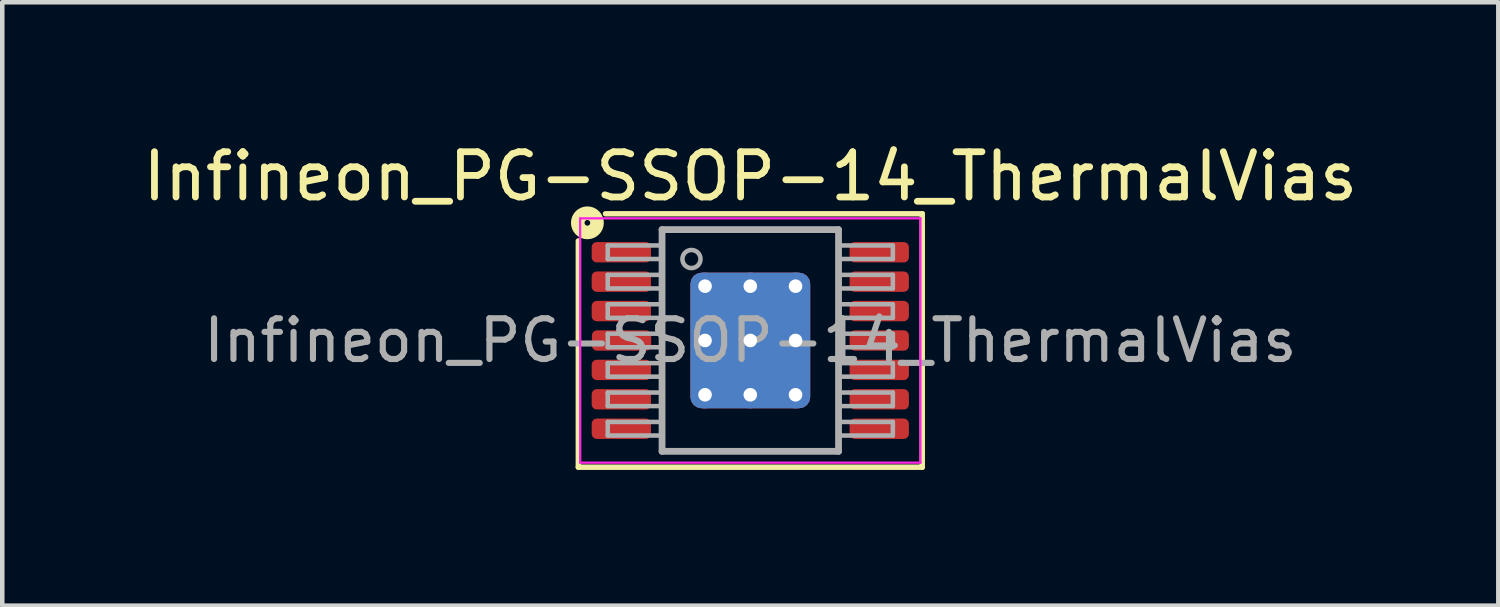
<source format=kicad_pcb>
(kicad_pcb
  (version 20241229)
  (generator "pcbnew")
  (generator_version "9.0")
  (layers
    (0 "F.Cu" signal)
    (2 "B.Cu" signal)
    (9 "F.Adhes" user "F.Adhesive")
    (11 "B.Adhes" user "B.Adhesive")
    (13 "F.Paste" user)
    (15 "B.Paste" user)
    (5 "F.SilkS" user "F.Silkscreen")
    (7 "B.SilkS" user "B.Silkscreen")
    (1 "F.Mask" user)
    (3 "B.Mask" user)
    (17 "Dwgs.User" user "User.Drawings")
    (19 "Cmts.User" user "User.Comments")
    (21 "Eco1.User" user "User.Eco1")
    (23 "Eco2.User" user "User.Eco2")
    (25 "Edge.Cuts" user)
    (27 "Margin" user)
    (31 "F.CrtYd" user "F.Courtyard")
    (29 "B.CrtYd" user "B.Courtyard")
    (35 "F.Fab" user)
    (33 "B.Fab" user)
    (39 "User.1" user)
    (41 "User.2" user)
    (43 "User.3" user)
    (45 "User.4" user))
  (footprint "Infineon_PG-SSOP-14_ThermalVias"
    (layer "F.Cu")
    (at 13.53 4.474)
    (property "Reference" "Infineon_PG-SSOP-14_ThermalVias" (at 0 -3.626 0) (layer "F.SilkS") (effects (font (size 1 1) (thickness 0.15))))
    (attr smd)
    (fp_line (start -3.8 2.8) (end -3.8 -2.2) (stroke (width 0.12) (type solid)) (layer "F.SilkS"))
    (fp_line (start -3.2 -2.8) (end 3.8 -2.8) (stroke (width 0.12) (type solid)) (layer "F.SilkS"))
    (fp_line (start 3.8 -2.8) (end 3.8 2.8) (stroke (width 0.12) (type solid)) (layer "F.SilkS"))
    (fp_line (start 3.8 2.8) (end -3.8 2.8) (stroke (width 0.12) (type solid)) (layer "F.SilkS"))
    (fp_circle (center -3.6 -2.6) (end -3.537 -2.6) (stroke (width 0.3) (type solid)) (fill no) (layer "F.SilkS"))
    (fp_line (start -3.76 -2.7) (end -3.76 2.7) (stroke (width 0.05) (type solid)) (layer "F.CrtYd"))
    (fp_line (start -3.76 -2.7) (end 3.76 -2.7) (stroke (width 0.05) (type solid)) (layer "F.CrtYd"))
    (fp_line (start -3.76 2.7) (end 3.76 2.7) (stroke (width 0.05) (type solid)) (layer "F.CrtYd"))
    (fp_line (start 3.76 -2.7) (end 3.76 2.7) (stroke (width 0.05) (type solid)) (layer "F.CrtYd"))
    (fp_line (start -3.15 -2.1) (end -3.15 -1.8) (stroke (width 0.1) (type solid)) (layer "F.Fab"))
    (fp_line (start -3.15 -2.1) (end -1.95 -2.1) (stroke (width 0.1) (type solid)) (layer "F.Fab"))
    (fp_line (start -3.15 -1.8) (end -1.95 -1.8) (stroke (width 0.1) (type solid)) (layer "F.Fab"))
    (fp_line (start -3.15 -1.45) (end -3.15 -1.15) (stroke (width 0.1) (type solid)) (layer "F.Fab"))
    (fp_line (start -3.15 -1.45) (end -1.95 -1.45) (stroke (width 0.1) (type solid)) (layer "F.Fab"))
    (fp_line (start -3.15 -1.15) (end -1.95 -1.15) (stroke (width 0.1) (type solid)) (layer "F.Fab"))
    (fp_line (start -3.15 -0.8) (end -3.15 -0.5) (stroke (width 0.1) (type solid)) (layer "F.Fab"))
    (fp_line (start -3.15 -0.8) (end -1.95 -0.8) (stroke (width 0.1) (type solid)) (layer "F.Fab"))
    (fp_line (start -3.15 -0.5) (end -1.95 -0.5) (stroke (width 0.1) (type solid)) (layer "F.Fab"))
    (fp_line (start -3.15 -0.15) (end -3.15 0.15) (stroke (width 0.1) (type solid)) (layer "F.Fab"))
    (fp_line (start -3.15 -0.15) (end -1.95 -0.15) (stroke (width 0.1) (type solid)) (layer "F.Fab"))
    (fp_line (start -3.15 0.15) (end -1.95 0.15) (stroke (width 0.1) (type solid)) (layer "F.Fab"))
    (fp_line (start -3.15 0.5) (end -3.15 0.8) (stroke (width 0.1) (type solid)) (layer "F.Fab"))
    (fp_line (start -3.15 0.5) (end -1.95 0.5) (stroke (width 0.1) (type solid)) (layer "F.Fab"))
    (fp_line (start -3.15 0.8) (end -1.95 0.8) (stroke (width 0.1) (type solid)) (layer "F.Fab"))
    (fp_line (start -3.15 1.15) (end -3.15 1.45) (stroke (width 0.1) (type solid)) (layer "F.Fab"))
    (fp_line (start -3.15 1.15) (end -1.95 1.15) (stroke (width 0.1) (type solid)) (layer "F.Fab"))
    (fp_line (start -3.15 1.45) (end -1.95 1.45) (stroke (width 0.1) (type solid)) (layer "F.Fab"))
    (fp_line (start -3.15 1.8) (end -3.15 2.1) (stroke (width 0.1) (type solid)) (layer "F.Fab"))
    (fp_line (start -3.15 1.8) (end -1.95 1.8) (stroke (width 0.1) (type solid)) (layer "F.Fab"))
    (fp_line (start -3.15 2.1) (end -1.95 2.1) (stroke (width 0.1) (type solid)) (layer "F.Fab"))
    (fp_line (start -1.95 -2.45) (end 1.95 -2.45) (stroke (width 0.15) (type solid)) (layer "F.Fab"))
    (fp_line (start -1.95 2.45) (end -1.95 -2.45) (stroke (width 0.15) (type solid)) (layer "F.Fab"))
    (fp_line (start 1.95 -2.45) (end 1.95 2.45) (stroke (width 0.15) (type solid)) (layer "F.Fab"))
    (fp_line (start 1.95 2.45) (end -1.95 2.45) (stroke (width 0.15) (type solid)) (layer "F.Fab"))
    (fp_line (start 3.15 -2.1) (end 1.95 -2.1) (stroke (width 0.1) (type solid)) (layer "F.Fab"))
    (fp_line (start 3.15 -1.8) (end 1.95 -1.8) (stroke (width 0.1) (type solid)) (layer "F.Fab"))
    (fp_line (start 3.15 -1.8) (end 3.15 -2.1) (stroke (width 0.1) (type solid)) (layer "F.Fab"))
    (fp_line (start 3.15 -1.45) (end 1.95 -1.45) (stroke (width 0.1) (type solid)) (layer "F.Fab"))
    (fp_line (start 3.15 -1.15) (end 1.95 -1.15) (stroke (width 0.1) (type solid)) (layer "F.Fab"))
    (fp_line (start 3.15 -1.15) (end 3.15 -1.45) (stroke (width 0.1) (type solid)) (layer "F.Fab"))
    (fp_line (start 3.15 -0.8) (end 1.95 -0.8) (stroke (width 0.1) (type solid)) (layer "F.Fab"))
    (fp_line (start 3.15 -0.5) (end 1.95 -0.5) (stroke (width 0.1) (type solid)) (layer "F.Fab"))
    (fp_line (start 3.15 -0.5) (end 3.15 -0.8) (stroke (width 0.1) (type solid)) (layer "F.Fab"))
    (fp_line (start 3.15 -0.15) (end 1.95 -0.15) (stroke (width 0.1) (type solid)) (layer "F.Fab"))
    (fp_line (start 3.15 0.15) (end 1.95 0.15) (stroke (width 0.1) (type solid)) (layer "F.Fab"))
    (fp_line (start 3.15 0.15) (end 3.15 -0.15) (stroke (width 0.1) (type solid)) (layer "F.Fab"))
    (fp_line (start 3.15 0.5) (end 1.95 0.5) (stroke (width 0.1) (type solid)) (layer "F.Fab"))
    (fp_line (start 3.15 0.8) (end 1.95 0.8) (stroke (width 0.1) (type solid)) (layer "F.Fab"))
    (fp_line (start 3.15 0.8) (end 3.15 0.5) (stroke (width 0.1) (type solid)) (layer "F.Fab"))
    (fp_line (start 3.15 1.15) (end 1.95 1.15) (stroke (width 0.1) (type solid)) (layer "F.Fab"))
    (fp_line (start 3.15 1.45) (end 1.95 1.45) (stroke (width 0.1) (type solid)) (layer "F.Fab"))
    (fp_line (start 3.15 1.45) (end 3.15 1.15) (stroke (width 0.1) (type solid)) (layer "F.Fab"))
    (fp_line (start 3.15 1.8) (end 1.95 1.8) (stroke (width 0.1) (type solid)) (layer "F.Fab"))
    (fp_line (start 3.15 2.1) (end 1.95 2.1) (stroke (width 0.1) (type solid)) (layer "F.Fab"))
    (fp_line (start 3.15 2.1) (end 3.15 1.8) (stroke (width 0.1) (type solid)) (layer "F.Fab"))
    (fp_circle (center -1.3 -1.8) (end -1.1 -1.8) (stroke (width 0.1) (type solid)) (fill no) (layer "F.Fab"))
    (fp_text user "${REFERENCE}" (at 0 0 0) (layer "F.Fab") (effects (font (size 0.9 0.9) (thickness 0.135))))
    (pad "" smd roundrect (at -0.525 -0.625) (size 0.85 1.05) (layers "F.Paste") (roundrect_rratio 0.25))
    (pad "" smd roundrect (at -0.525 0.625) (size 0.85 1.05) (layers "F.Paste") (roundrect_rratio 0.25))
    (pad "" smd roundrect (at 0.525 -0.625) (size 0.85 1.05) (layers "F.Paste") (roundrect_rratio 0.25))
    (pad "" smd roundrect (at 0.525 0.625) (size 0.85 1.05) (layers "F.Paste") (roundrect_rratio 0.25))
    (pad "1" smd roundrect (at -2.85 -1.95) (size 1.31 0.45) (layers "F.Cu" "F.Mask" "F.Paste") (roundrect_rratio 0.25))
    (pad "2" smd roundrect (at -2.85 -1.3) (size 1.31 0.45) (layers "F.Cu" "F.Mask" "F.Paste") (roundrect_rratio 0.25))
    (pad "3" smd roundrect (at -2.85 -0.65) (size 1.31 0.45) (layers "F.Cu" "F.Mask" "F.Paste") (roundrect_rratio 0.25))
    (pad "4" smd roundrect (at -2.845 0) (size 1.31 0.45) (layers "F.Cu" "F.Mask" "F.Paste") (roundrect_rratio 0.25))
    (pad "5" smd roundrect (at -2.85 0.65) (size 1.31 0.45) (layers "F.Cu" "F.Mask" "F.Paste") (roundrect_rratio 0.25))
    (pad "6" smd roundrect (at -2.85 1.3) (size 1.31 0.45) (layers "F.Cu" "F.Mask" "F.Paste") (roundrect_rratio 0.25))
    (pad "7" smd roundrect (at -2.85 1.95) (size 1.31 0.45) (layers "F.Cu" "F.Mask" "F.Paste") (roundrect_rratio 0.25))
    (pad "8" smd roundrect (at 2.85 1.95) (size 1.31 0.45) (layers "F.Cu" "F.Mask" "F.Paste") (roundrect_rratio 0.25))
    (pad "9" smd roundrect (at 2.85 1.3) (size 1.31 0.45) (layers "F.Cu" "F.Mask" "F.Paste") (roundrect_rratio 0.25))
    (pad "10" smd roundrect (at 2.85 0.65) (size 1.31 0.45) (layers "F.Cu" "F.Mask" "F.Paste") (roundrect_rratio 0.25))
    (pad "11" smd roundrect (at 2.85 0) (size 1.31 0.45) (layers "F.Cu" "F.Mask" "F.Paste") (roundrect_rratio 0.25))
    (pad "12" smd roundrect (at 2.85 -0.65) (size 1.31 0.45) (layers "F.Cu" "F.Mask" "F.Paste") (roundrect_rratio 0.25))
    (pad "13" smd roundrect (at 2.85 -1.3) (size 1.31 0.45) (layers "F.Cu" "F.Mask" "F.Paste") (roundrect_rratio 0.25))
    (pad "14" smd roundrect (at 2.85 -1.95) (size 1.31 0.45) (layers "F.Cu" "F.Mask" "F.Paste") (roundrect_rratio 0.25))
    (pad "15" thru_hole circle (at -1 -1.2) (size 0.6 0.6) (drill 0.3) (property pad_prop_heatsink) (layers "*.Cu"))
    (pad "15" thru_hole circle (at -1 0) (size 0.6 0.6) (drill 0.3) (property pad_prop_heatsink) (layers "*.Cu"))
    (pad "15" thru_hole circle (at -1 1.2) (size 0.6 0.6) (drill 0.3) (property pad_prop_heatsink) (layers "*.Cu"))
    (pad "15" thru_hole circle (at 0 -1.2) (size 0.6 0.6) (drill 0.3) (property pad_prop_heatsink) (layers "*.Cu"))
    (pad "15" thru_hole circle (at 0 0) (size 0.6 0.6) (drill 0.3) (property pad_prop_heatsink) (layers "*.Cu"))
    (pad "15" smd roundrect (at 0 0) (size 2.65 3) (layers "F.Cu" "F.Mask") (roundrect_rratio 0.094))
    (pad "15" smd roundrect (at 0 0) (size 2.65 3) (layers "B.Cu" "B.Mask") (roundrect_rratio 0.094))
    (pad "15" thru_hole circle (at 0 1.2) (size 0.6 0.6) (drill 0.3) (property pad_prop_heatsink) (layers "*.Cu"))
    (pad "15" thru_hole circle (at 1 -1.2) (size 0.6 0.6) (drill 0.3) (property pad_prop_heatsink) (layers "*.Cu"))
    (pad "15" thru_hole circle (at 1 0) (size 0.6 0.6) (drill 0.3) (property pad_prop_heatsink) (layers "*.Cu"))
    (pad "15" thru_hole circle (at 1 1.2) (size 0.6 0.6) (drill 0.3) (property pad_prop_heatsink) (layers "*.Cu")))
  (gr_rect
    (start -3 -3)
    (end 30.06 10.334)
    (stroke (width 0.1) (type default))
    (fill no)
    (layer "Edge.Cuts")))
</source>
